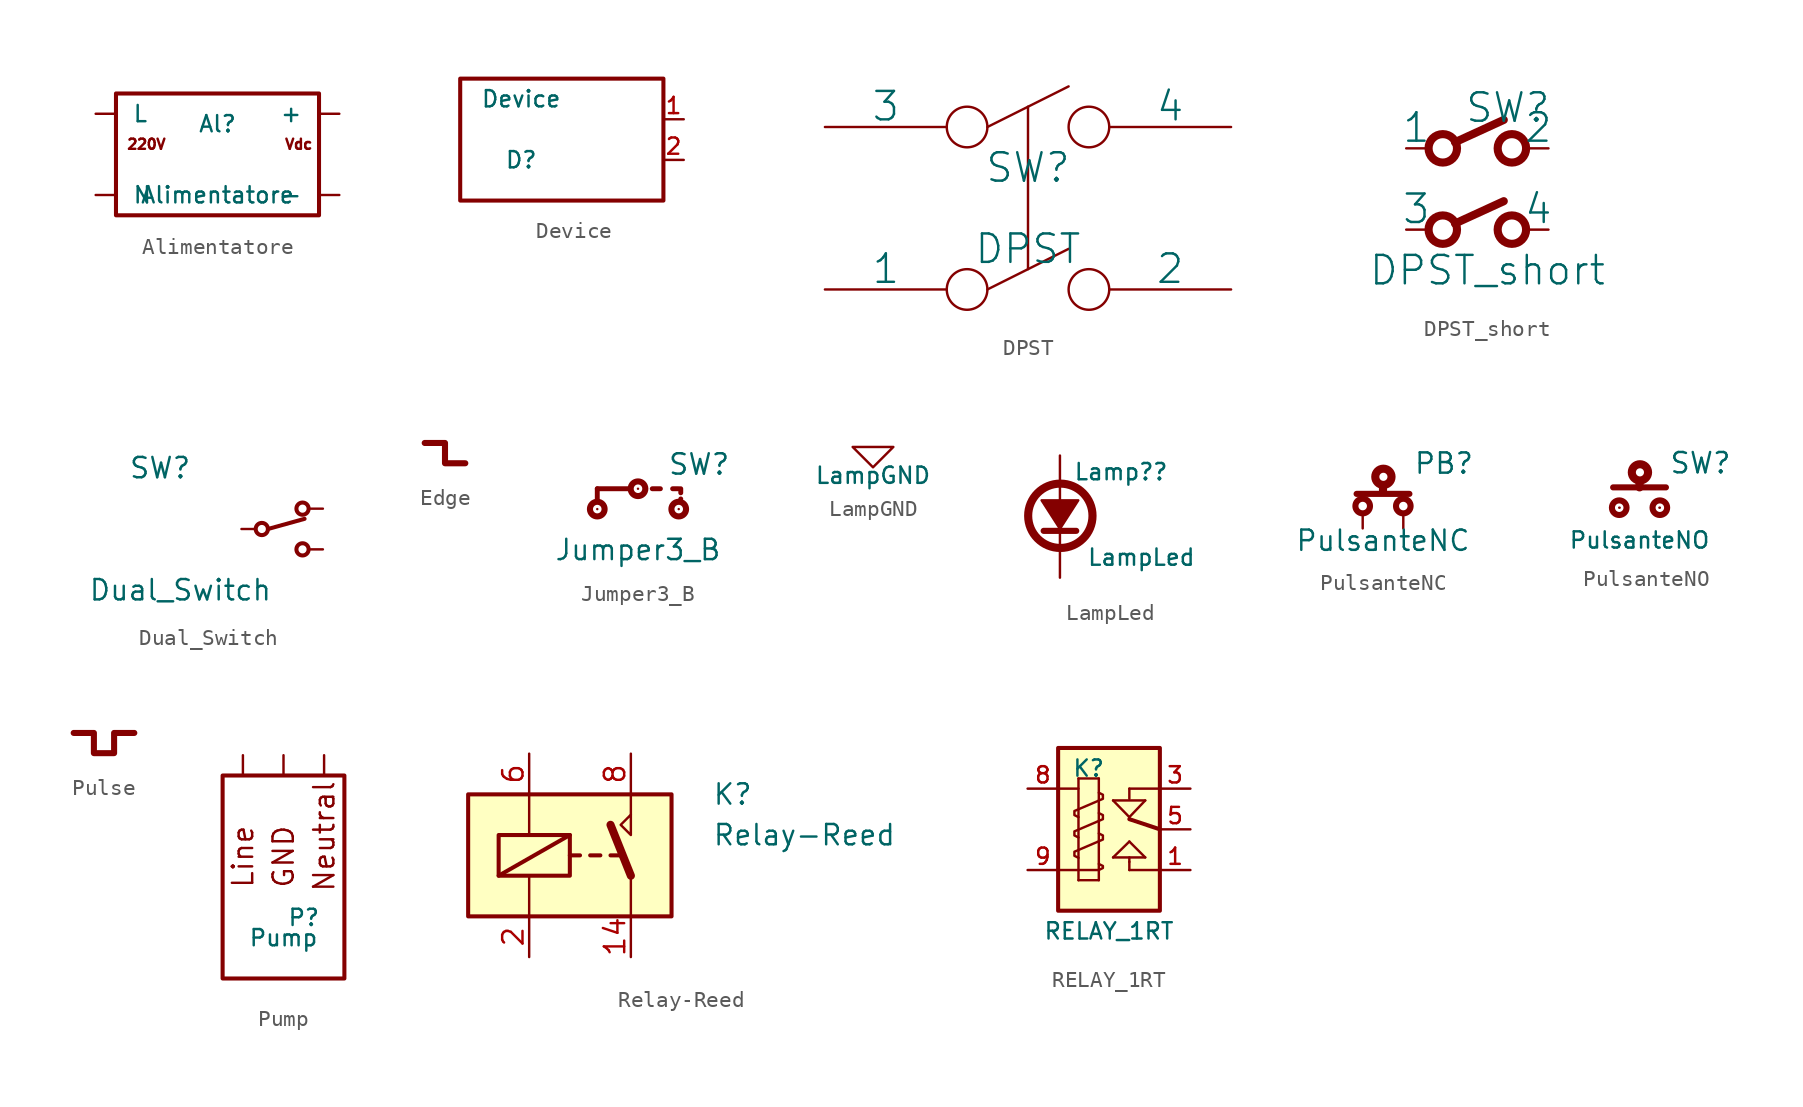
<source format=kicad_sym>
(kicad_symbol_lib
  (version 20211014)
  (generator kicad_symbol_editor)
  (symbol "Alimentatore"
    (pin_names
      (offset 1.016))
    (property "Reference" "Al"
      (at 0 1.905 0)
      (effects (font (size 1.016 1.016))))
    (property "Value" "Alimentatore"
      (at 0 -2.54 0)
      (effects (font (size 1.016 1.016))))
    (property "Footprint" ""
      (at 1.27 4.445 0)
      (effects (font (size 1.524 1.524))))
    (property "Datasheet" ""
      (at 1.27 4.445 0)
      (effects (font (size 1.524 1.524))))
    (symbol "Alimentatore_0_0"
      (text "Vdc" (at 5.08 0.635 0) (effects (font (size 0.635 0.635)))))
    (symbol "Alimentatore_0_1"
      (rectangle (start -6.35 3.81) (end 6.35 -3.81) (stroke (width 0.254) (type default) (color 0 0 0 0)) (fill (type none)))
      (pin power_out line (at 7.62 2.54 180) (length 1.27) (name "+" (effects (font (size 1.016 1.016)))) (number "~" (effects (font (size 1.016 1.016)))))
      (pin power_out line (at 7.62 -2.54 180) (length 1.27) (name "-" (effects (font (size 1.016 1.016)))) (number "~" (effects (font (size 1.016 1.016)))))
      (pin power_in line (at -7.62 2.54 0) (length 1.27) (name "L" (effects (font (size 1.016 1.016)))) (number "~" (effects (font (size 1.016 1.016)))))
      (pin power_in line (at -7.62 -2.54 0) (length 1.27) (name "N" (effects (font (size 1.016 1.016)))) (number "~" (effects (font (size 1.016 1.016))))))
    (symbol "Alimentatore_1_0"
      (text "220V" (at -4.445 0.635 0) (effects (font (size 0.635 0.635))))))
  (symbol "Device"
    (pin_names
      (offset 1.016) hide)
    (property "Reference" "D"
      (at -3.81 -1.27 0)
      (effects (font (size 1.016 1.016))))
    (property "Value" "Device"
      (at -3.81 2.54 0)
      (effects (font (size 1.016 1.016))))
    (property "Footprint" ""
      (at 0 -0.635 0)
      (effects (font (size 1.524 1.524))))
    (property "Datasheet" ""
      (at 0 -0.635 0)
      (effects (font (size 1.524 1.524))))
    (symbol "Device_0_1"
      (rectangle (start -7.62 3.81) (end 5.08 -3.81) (stroke (width 0.254) (type default) (color 0 0 0 0)) (fill (type none)))
      (pin passive line (at 6.35 1.27 180) (length 1.27) (name "1" (effects (font (size 1.016 1.016)))) (number "1" (effects (font (size 1.016 1.016))))))
    (symbol "Device_1_1"
      (pin passive line (at 6.35 -1.27 180) (length 1.27) (name "2" (effects (font (size 1.016 1.016)))) (number "2" (effects (font (size 1.016 1.016)))))))
  (symbol "DPST"
    (pin_numbers hide)
    (pin_names
      (offset 0))
    (property "Reference" "SW"
      (at 0 2.54 0)
      (effects (font (size 1.778 1.778))))
    (property "Value" "DPST"
      (at 0 -2.54 0)
      (effects (font (size 1.778 1.778))))
    (property "Footprint" ""
      (at 0 0 0)
      (effects (font (size 1.524 1.524))))
    (property "Datasheet" ""
      (at 0 0 0)
      (effects (font (size 1.524 1.524))))
    (symbol "DPST_0_0"
      (circle (center -3.81 -5.08) (radius 1.27) (stroke (width 0) (type default) (color 0 0 0 0)) (fill (type none)))
      (circle (center -3.81 5.08) (radius 1.27) (stroke (width 0) (type default) (color 0 0 0 0)) (fill (type none)))
      (polyline (pts (xy -2.54 -5.08) (xy 2.54 -2.54)) (stroke (width 0) (type default) (color 0 0 0 0)) (fill (type none)))
      (polyline (pts (xy -2.54 5.08) (xy 2.54 7.62)) (stroke (width 0) (type default) (color 0 0 0 0)) (fill (type none)))
      (polyline (pts (xy 0 6.35) (xy 0 -3.81)) (stroke (width 0) (type default) (color 0 0 0 0)) (fill (type none)))
      (circle (center 3.81 -5.08) (radius 1.27) (stroke (width 0) (type default) (color 0 0 0 0)) (fill (type none)))
      (circle (center 3.81 5.08) (radius 1.27) (stroke (width 0) (type default) (color 0 0 0 0)) (fill (type none))))
    (symbol "DPST_1_1"
      (pin input line (at -12.7 -5.08 0) (length 7.62) (name "1" (effects (font (size 1.778 1.778)))) (number "1" (effects (font (size 1.778 1.778)))))
      (pin input line (at 12.7 -5.08 180) (length 7.62) (name "2" (effects (font (size 1.778 1.778)))) (number "2" (effects (font (size 1.778 1.778)))))
      (pin input line (at -12.7 5.08 0) (length 7.62) (name "3" (effects (font (size 1.778 1.778)))) (number "3" (effects (font (size 1.778 1.778)))))
      (pin input line (at 12.7 5.08 180) (length 7.62) (name "4" (effects (font (size 1.778 1.778)))) (number "4" (effects (font (size 1.778 1.778)))))))
  (symbol "DPST_short"
    (pin_numbers hide)
    (pin_names
      (offset 0))
    (property "Reference" "SW"
      (at 0 5.08 0)
      (effects (font (size 1.778 1.778))))
    (property "Value" "DPST_short"
      (at -1.27 -5.08 0)
      (effects (font (size 1.778 1.778))))
    (property "Footprint" ""
      (at 0 2.54 0)
      (effects (font (size 1.524 1.524))))
    (property "Datasheet" ""
      (at 0 2.54 0)
      (effects (font (size 1.524 1.524))))
    (symbol "DPST_short_0_0"
      (circle (center -4.064 -2.54) (radius 0.889) (stroke (width 0.508) (type default) (color 0 0 0 0)) (fill (type none)))
      (circle (center -4.064 2.54) (radius 0.889) (stroke (width 0.508) (type default) (color 0 0 0 0)) (fill (type none)))
      (polyline (pts (xy -3.302 -2.159) (xy -0.254 -0.762)) (stroke (width 0.508) (type default) (color 0 0 0 0)) (fill (type none)))
      (polyline (pts (xy -3.302 2.921) (xy -0.254 4.318)) (stroke (width 0.508) (type default) (color 0 0 0 0)) (fill (type none)))
      (circle (center 0.254 -2.54) (radius 0.889) (stroke (width 0.508) (type default) (color 0 0 0 0)) (fill (type none)))
      (circle (center 0.254 2.54) (radius 0.889) (stroke (width 0.508) (type default) (color 0 0 0 0)) (fill (type none))))
    (symbol "DPST_short_1_1"
      (pin input line (at -6.35 2.54 0) (length 1.27) (name "1" (effects (font (size 1.778 1.778)))) (number "1" (effects (font (size 1.778 1.778)))))
      (pin input line (at 2.54 2.54 180) (length 1.27) (name "2" (effects (font (size 1.778 1.778)))) (number "2" (effects (font (size 1.778 1.778)))))
      (pin input line (at -6.35 -2.54 0) (length 1.27) (name "3" (effects (font (size 1.778 1.778)))) (number "3" (effects (font (size 1.778 1.778)))))
      (pin input line (at 2.54 -2.54 180) (length 1.27) (name "4" (effects (font (size 1.778 1.778)))) (number "4" (effects (font (size 1.778 1.778)))))))
  (symbol "Dual_Switch"
    (pin_numbers hide)
    (pin_names
      (offset 0) hide)
    (property "Reference" "SW"
      (at -5.08 3.81 0)
      (effects (font (size 1.27 1.27))))
    (property "Value" "Dual_Switch"
      (at -3.81 -3.81 0)
      (effects (font (size 1.27 1.27))))
    (property "Footprint" ""
      (at 1.27 0 0)
      (effects (font (size 1.524 1.524))))
    (property "Datasheet" ""
      (at 1.27 0 0)
      (effects (font (size 1.524 1.524))))
    (symbol "Dual_Switch_0_1"
      (polyline (pts (xy 1.651 0) (xy 3.937 0.635)) (stroke (width 0.254) (type default) (color 0 0 0 0)) (fill (type none)))
      (circle (center 1.27 0) (radius 0.381) (stroke (width 0.254) (type default) (color 0 0 0 0)) (fill (type none)))
      (circle (center 3.81 -1.27) (radius 0.381) (stroke (width 0.254) (type default) (color 0 0 0 0)) (fill (type none)))
      (circle (center 3.81 1.27) (radius 0.381) (stroke (width 0.254) (type default) (color 0 0 0 0)) (fill (type none))))
    (symbol "Dual_Switch_1_1"
      (pin passive line (at 5.08 1.27 180) (length 0.762) (name "A" (effects (font (size 1.016 1.016)))) (number "1" (effects (font (size 1.016 1.016)))))
      (pin passive line (at 0 0 0) (length 0.762) (name "C" (effects (font (size 1.016 1.016)))) (number "2" (effects (font (size 1.016 1.016)))))
      (pin passive line (at 5.08 -1.27 180) (length 0.762) (name "B" (effects (font (size 1.016 1.016)))) (number "3" (effects (font (size 1.016 1.016)))))))
  (symbol "Edge"
    (pin_numbers hide)
    (pin_names
      (offset 0))
    (property "Reference" "SW"
      (at -3.81 2.54 0)
      (effects (font (size 1.778 1.778)) hide))
    (property "Footprint" ""
      (at 0 0 0)
      (effects (font (size 1.524 1.524))))
    (property "Datasheet" ""
      (at 0 0 0)
      (effects (font (size 1.524 1.524))))
    (symbol "Edge_0_1"
      (polyline (pts (xy -1.27 1.905) (xy 0 1.905) (xy 0 0.635) (xy 1.27 0.635)) (stroke (width 0.381) (type default) (color 0 0 0 0)) (fill (type none)))))
  (symbol "Jumper3_B"
    (pin_numbers hide)
    (pin_names
      (offset 1.016) hide)
    (property "Reference" "SW"
      (at 3.81 2.794 0)
      (effects (font (size 1.27 1.27))))
    (property "Value" "Jumper3_B"
      (at 0 -2.54 0)
      (effects (font (size 1.27 1.27))))
    (property "Footprint" ""
      (at -1.27 3.048 0)
      (effects (font (size 1.524 1.524))))
    (property "Datasheet" ""
      (at -1.27 3.048 0)
      (effects (font (size 1.524 1.524))))
    (symbol "Jumper3_B_0_1"
      (circle (center -2.54 0) (radius 0.457) (stroke (width 0.381) (type default) (color 0 0 0 0)) (fill (type none)))
      (polyline (pts (xy -2.54 1.27) (xy -2.54 0.508)) (stroke (width 0.305) (type default) (color 0 0 0 0)) (fill (type none)))
      (polyline (pts (xy -2.54 1.27) (xy -0.508 1.27)) (stroke (width 0.305) (type default) (color 0 0 0 0)) (fill (type none)))
      (polyline (pts (xy 0.889 1.27) (xy 1.397 1.27)) (stroke (width 0.305) (type default) (color 0 0 0 0)) (fill (type none)))
      (polyline (pts (xy 2.159 1.27) (xy 2.54 1.27)) (stroke (width 0.305) (type default) (color 0 0 0 0)) (fill (type none)))
      (polyline (pts (xy 2.667 0.635) (xy 2.667 0.635)) (stroke (width 0.305) (type default) (color 0 0 0 0)) (fill (type none)))
      (polyline (pts (xy 2.667 1.27) (xy 2.667 1.016)) (stroke (width 0.305) (type default) (color 0 0 0 0)) (fill (type none)))
      (circle (center 0 1.27) (radius 0.457) (stroke (width 0.381) (type default) (color 0 0 0 0)) (fill (type none)))
      (circle (center 2.54 0) (radius 0.457) (stroke (width 0.381) (type default) (color 0 0 0 0)) (fill (type none)))
      (pin passive line (at -2.54 0 90) (length 0) (name "1" (effects (font (size 1.524 1.524)))) (number "1" (effects (font (size 1.524 1.524)))))
      (pin passive line (at 0 1.27 90) (length 0) (name "2" (effects (font (size 1.524 1.524)))) (number "2" (effects (font (size 1.524 1.524)))))
      (pin passive line (at 2.54 0 90) (length 0) (name "3" (effects (font (size 1.524 1.524)))) (number "3" (effects (font (size 1.524 1.524)))))))
  (symbol "LampGND"
    (power)
    (pin_names
      (offset 0))
    (property "Reference" "#PWR"
      (at 0 0 0)
      (effects (font (size 1.016 1.016)) hide))
    (property "Value" "LampGND"
      (at 0 -1.778 0)
      (effects (font (size 1.016 1.016))))
    (property "Footprint" ""
      (at 0 0 0)
      (effects (font (size 1.524 1.524))))
    (property "Datasheet" ""
      (at 0 0 0)
      (effects (font (size 1.524 1.524))))
    (symbol "LampGND_0_1"
      (polyline (pts (xy -1.27 0) (xy 0 -1.27) (xy 1.27 0) (xy -1.27 0)) (stroke (width 0) (type default) (color 0 0 0 0)) (fill (type none))))
    (symbol "LampGND_1_1"
      (pin power_in line (at 0 0 90) (length 0) hide (name "GNDA" (effects (font (size 1.016 1.016)))) (number "1" (effects (font (size 1.016 1.016)))))))
  (symbol "LampLed"
    (pin_names
      (offset 1.016) hide)
    (property "Reference" "Lamp?"
      (at 3.81 2.794 0)
      (effects (font (size 1.016 1.016))))
    (property "Value" "LampLed"
      (at 5.08 -2.54 0)
      (effects (font (size 1.016 1.016))))
    (property "Footprint" ""
      (at 0 -0.635 0)
      (effects (font (size 1.524 1.524))))
    (property "Datasheet" ""
      (at 0 -0.635 0)
      (effects (font (size 1.524 1.524))))
    (symbol "LampLed_0_1"
      (polyline (pts (xy -1.016 -0.889) (xy 1.016 -0.889)) (stroke (width 0.381) (type default) (color 0 0 0 0)) (fill (type none)))
      (polyline (pts (xy 0 -0.889) (xy 0 -1.905)) (stroke (width 0) (type default) (color 0 0 0 0)) (fill (type none)))
      (polyline (pts (xy 0 1.905) (xy 0 1.016)) (stroke (width 0) (type default) (color 0 0 0 0)) (fill (type none)))
      (polyline (pts (xy -1.143 1.016) (xy 1.143 1.016) (xy 0 -0.762) (xy -1.143 1.016)) (stroke (width 0) (type default) (color 0 0 0 0)) (fill (type outline)))
      (circle (center 0.025 0.051) (radius 2.007) (stroke (width 0.508) (type default) (color 0 0 0 0)) (fill (type none))))
    (symbol "LampLed_1_1"
      (pin passive line (at 0 3.81 270) (length 1.651) (name "1" (effects (font (size 1.016 1.016)))) (number "~" (effects (font (size 1.016 1.016)))))
      (pin passive line (at 0 -3.81 90) (length 1.651) (name "2" (effects (font (size 1.016 1.016)))) (number "~" (effects (font (size 1.016 1.016)))))))
  (symbol "PulsanteNC"
    (pin_numbers hide)
    (pin_names
      (offset 1.016) hide)
    (property "Reference" "PB"
      (at 3.81 2.794 0)
      (effects (font (size 1.27 1.27))))
    (property "Value" "PulsanteNC"
      (at 0 -2.032 0)
      (effects (font (size 1.27 1.27))))
    (property "Footprint" ""
      (at 0 0 0)
      (effects (font (size 1.524 1.524))))
    (property "Datasheet" ""
      (at 0 0 0)
      (effects (font (size 1.524 1.524))))
    (symbol "PulsanteNC_0_1"
      (circle (center -1.27 0.127) (radius 0.457) (stroke (width 0.381) (type default) (color 0 0 0 0)) (fill (type none)))
      (polyline (pts (xy -1.651 0.889) (xy 1.651 0.889)) (stroke (width 0.381) (type default) (color 0 0 0 0)) (fill (type none)))
      (polyline (pts (xy 0 1.397) (xy 0 1.016)) (stroke (width 0.508) (type default) (color 0 0 0 0)) (fill (type none)))
      (circle (center 0.025 1.956) (radius 0.508) (stroke (width 0.508) (type default) (color 0 0 0 0)) (fill (type none)))
      (circle (center 1.27 0.127) (radius 0.457) (stroke (width 0.381) (type default) (color 0 0 0 0)) (fill (type none)))
      (pin passive line (at -1.27 -1.27 90) (length 0.762) (name "1" (effects (font (size 1.524 1.524)))) (number "1" (effects (font (size 1.524 1.524)))))
      (pin passive line (at 1.27 -1.27 90) (length 0.762) (name "2" (effects (font (size 1.524 1.524)))) (number "2" (effects (font (size 1.524 1.524)))))))
  (symbol "PulsanteNO"
    (pin_numbers hide)
    (pin_names
      (offset 1.016) hide)
    (property "Reference" "SW"
      (at 3.81 2.794 0)
      (effects (font (size 1.27 1.27))))
    (property "Value" "PulsanteNO"
      (at 0 -2.032 0)
      (effects (font (size 1.016 1.016))))
    (property "Footprint" ""
      (at 0 -0.127 0)
      (effects (font (size 1.524 1.524))))
    (property "Datasheet" ""
      (at 0 -0.127 0)
      (effects (font (size 1.524 1.524))))
    (symbol "PulsanteNO_0_1"
      (circle (center -1.27 0) (radius 0.457) (stroke (width 0.381) (type default) (color 0 0 0 0)) (fill (type none)))
      (polyline (pts (xy -1.651 1.27) (xy 1.651 1.27)) (stroke (width 0.381) (type default) (color 0 0 0 0)) (fill (type none)))
      (polyline (pts (xy 0 1.651) (xy 0 1.27)) (stroke (width 0.508) (type default) (color 0 0 0 0)) (fill (type none)))
      (circle (center 0.025 2.21) (radius 0.508) (stroke (width 0.508) (type default) (color 0 0 0 0)) (fill (type none)))
      (circle (center 1.27 0) (radius 0.457) (stroke (width 0.381) (type default) (color 0 0 0 0)) (fill (type none)))
      (pin passive line (at -1.27 0 0) (length 0.025) (name "1" (effects (font (size 1.524 1.524)))) (number "1" (effects (font (size 1.524 1.524)))))
      (pin passive line (at 1.27 0 180) (length 0.025) (name "2" (effects (font (size 1.524 1.524)))) (number "2" (effects (font (size 1.524 1.524)))))))
  (symbol "Pulse"
    (pin_numbers hide)
    (pin_names
      (offset 0))
    (property "Reference" "SW"
      (at -3.81 2.54 0)
      (effects (font (size 1.778 1.778)) hide))
    (property "Footprint" ""
      (at 0 0 0)
      (effects (font (size 1.524 1.524))))
    (property "Datasheet" ""
      (at 0 0 0)
      (effects (font (size 1.524 1.524))))
    (symbol "Pulse_0_1"
      (polyline (pts (xy -1.905 1.905) (xy -0.635 1.905) (xy -0.635 0.635) (xy 0.635 0.635) (xy 0.635 1.905) (xy 1.905 1.905)) (stroke (width 0.381) (type default) (color 0 0 0 0)) (fill (type none)))))
  (symbol "Pump"
    (pin_names
      (offset 1.016) hide)
    (property "Reference" "P"
      (at 1.27 -2.54 0)
      (effects (font (size 1.016 1.016))))
    (property "Value" "Pump"
      (at 0 -3.81 0)
      (effects (font (size 1.016 1.016))))
    (property "Footprint" ""
      (at 0.635 1.27 90)
      (effects (font (size 1.524 1.524))))
    (property "Datasheet" ""
      (at 0.635 1.27 90)
      (effects (font (size 1.524 1.524))))
    (symbol "Pump_0_0"
      (text "GND" (at 0 1.27 900) (effects (font (size 1.27 1.27))))
      (text "Line" (at -2.54 1.27 900) (effects (font (size 1.27 1.27))))
      (text "Neutral" (at 2.54 2.54 900) (effects (font (size 1.27 1.27)))))
    (symbol "Pump_0_1"
      (rectangle (start -3.81 -6.35) (end 3.81 6.35) (stroke (width 0.254) (type default) (color 0 0 0 0)) (fill (type none)))
      (pin input line (at -2.54 7.62 270) (length 1.27) (name "1" (effects (font (size 1.016 1.016)))) (number "~" (effects (font (size 1.016 1.016))))))
    (symbol "Pump_1_1"
      (pin input line (at 2.54 7.62 270) (length 1.27) (name "2" (effects (font (size 1.016 1.016)))) (number "~" (effects (font (size 1.016 1.016)))))
      (pin input line (at 0 7.62 270) (length 1.27) (name "GND" (effects (font (size 1.27 1.27)))) (number "~" (effects (font (size 1.27 1.27)))))))
  (symbol "Relay-Reed"
    (pin_names
      (offset 1.016))
    (property "Reference" "K"
      (at 8.89 3.81 0)
      (effects (font (size 1.27 1.27)) (justify left)))
    (property "Value" "Relay-Reed"
      (at 8.89 1.27 0)
      (effects (font (size 1.27 1.27)) (justify left)))
    (symbol "Relay-Reed_0_0"
      (polyline (pts (xy 3.81 2.54) (xy 3.81 1.27) (xy 3.175 1.905) (xy 3.81 2.54)) (stroke (width 0) (type default) (color 0 0 0 0)) (fill (type none))))
    (symbol "Relay-Reed_0_1"
      (rectangle (start -6.35 3.81) (end 6.35 -3.81) (stroke (width 0.254) (type default) (color 0 0 0 0)) (fill (type background)))
      (rectangle (start -4.445 1.27) (end 0 -1.27) (stroke (width 0.254) (type default) (color 0 0 0 0)) (fill (type none)))
      (polyline (pts (xy -4.445 -1.27) (xy 0 1.27)) (stroke (width 0.254) (type default) (color 0 0 0 0)) (fill (type none)))
      (polyline (pts (xy -2.54 -3.81) (xy -2.54 -1.27)) (stroke (width 0) (type default) (color 0 0 0 0)) (fill (type none)))
      (polyline (pts (xy -2.54 3.81) (xy -2.54 1.27)) (stroke (width 0) (type default) (color 0 0 0 0)) (fill (type none)))
      (polyline (pts (xy 0 0) (xy 0.635 0)) (stroke (width 0.254) (type default) (color 0 0 0 0)) (fill (type none)))
      (polyline (pts (xy 1.27 0) (xy 1.905 0)) (stroke (width 0.254) (type default) (color 0 0 0 0)) (fill (type none)))
      (polyline (pts (xy 2.54 0) (xy 3.175 0)) (stroke (width 0.254) (type default) (color 0 0 0 0)) (fill (type none)))
      (polyline (pts (xy 3.81 -1.27) (xy 2.54 1.905)) (stroke (width 0.508) (type default) (color 0 0 0 0)) (fill (type none)))
      (polyline (pts (xy 3.81 -1.27) (xy 3.81 -3.81)) (stroke (width 0) (type default) (color 0 0 0 0)) (fill (type none)))
      (polyline (pts (xy 3.81 3.81) (xy 3.81 2.54)) (stroke (width 0) (type default) (color 0 0 0 0)) (fill (type none))))
    (symbol "Relay-Reed_1_1"
      (pin passive line (at 3.81 -6.35 90) (length 2.54) (name "~" (effects (font (size 1.27 1.27)))) (number "14" (effects (font (size 1.27 1.27)))))
      (pin passive line (at -2.54 -6.35 90) (length 2.54) (name "~" (effects (font (size 1.27 1.27)))) (number "2" (effects (font (size 1.27 1.27)))))
      (pin passive line (at -2.54 6.35 270) (length 2.54) (name "~" (effects (font (size 1.27 1.27)))) (number "6" (effects (font (size 1.27 1.27)))))
      (pin passive line (at 3.81 6.35 270) (length 2.54) (name "~" (effects (font (size 1.27 1.27)))) (number "8" (effects (font (size 1.27 1.27)))))))
  (symbol "RELAY_1RT"
    (pin_names
      (offset 1.016) hide)
    (property "Reference" "K"
      (at -1.27 5.08 0)
      (effects (font (size 1.016 1.016))))
    (property "Value" "RELAY_1RT"
      (at 0 -5.08 0)
      (effects (font (size 1.016 1.016))))
    (property "Footprint" ""
      (at 0 1.143 0)
      (effects (font (size 1.524 1.524))))
    (property "Datasheet" ""
      (at 0 1.143 0)
      (effects (font (size 1.524 1.524))))
    (symbol "RELAY_1RT_0_1"
      (rectangle (start -3.175 6.35) (end 3.175 -3.81) (stroke (width 0.254) (type default) (color 0 0 0 0)) (fill (type background)))
      (polyline (pts (xy -3.175 -1.27) (xy -1.905 -1.27)) (stroke (width 0) (type default) (color 0 0 0 0)) (fill (type none)))
      (polyline (pts (xy -3.175 3.81) (xy -1.905 3.81)) (stroke (width 0) (type default) (color 0 0 0 0)) (fill (type none)))
      (polyline (pts (xy -1.905 4.445) (xy -1.905 -1.905)) (stroke (width 0) (type default) (color 0 0 0 0)) (fill (type none)))
      (polyline (pts (xy -1.905 4.445) (xy -0.635 4.445)) (stroke (width 0) (type default) (color 0 0 0 0)) (fill (type none)))
      (polyline (pts (xy -0.635 -1.905) (xy -1.905 -1.905)) (stroke (width 0) (type default) (color 0 0 0 0)) (fill (type none)))
      (polyline (pts (xy -0.635 4.445) (xy -0.635 -1.905)) (stroke (width 0) (type default) (color 0 0 0 0)) (fill (type none)))
      (polyline (pts (xy 0.254 -0.483) (xy 2.261 -0.483)) (stroke (width 0) (type default) (color 0 0 0 0)) (fill (type none)))
      (polyline (pts (xy 0.254 3.073) (xy 2.261 3.073)) (stroke (width 0) (type default) (color 0 0 0 0)) (fill (type none)))
      (polyline (pts (xy 1.27 -1.27) (xy 1.27 -0.762)) (stroke (width 0) (type default) (color 0 0 0 0)) (fill (type none)))
      (polyline (pts (xy 1.27 -0.762) (xy 1.27 -0.483)) (stroke (width 0) (type default) (color 0 0 0 0)) (fill (type none)))
      (polyline (pts (xy 1.27 0.508) (xy 0.254 -0.483)) (stroke (width 0) (type default) (color 0 0 0 0)) (fill (type none)))
      (polyline (pts (xy 1.27 1.905) (xy 3.175 1.27)) (stroke (width 0.254) (type default) (color 0 0 0 0)) (fill (type none)))
      (polyline (pts (xy 1.27 2.032) (xy 0.254 3.073)) (stroke (width 0) (type default) (color 0 0 0 0)) (fill (type none)))
      (polyline (pts (xy 1.27 3.81) (xy 1.27 3.175)) (stroke (width 0) (type default) (color 0 0 0 0)) (fill (type none)))
      (polyline (pts (xy 1.27 3.81) (xy 3.175 3.81)) (stroke (width 0) (type default) (color 0 0 0 0)) (fill (type none)))
      (polyline (pts (xy 2.261 -0.483) (xy 1.27 0.508)) (stroke (width 0) (type default) (color 0 0 0 0)) (fill (type none)))
      (polyline (pts (xy 2.261 3.073) (xy 1.27 2.032)) (stroke (width 0) (type default) (color 0 0 0 0)) (fill (type none)))
      (polyline (pts (xy 3.175 -1.27) (xy 1.27 -1.27)) (stroke (width 0) (type default) (color 0 0 0 0)) (fill (type none)))
      (polyline (pts (xy -1.905 -1.27) (xy -0.635 -1.27) (xy -0.381 -1.143) (xy -0.381 -1.016) (xy -0.635 -0.889)) (stroke (width 0) (type default) (color 0 0 0 0)) (fill (type none)))
      (polyline (pts (xy -1.905 -0.508) (xy -2.159 -0.381) (xy -2.159 -0.127) (xy -0.381 0.635) (xy -0.381 0.889) (xy -0.635 1.016)) (stroke (width 0) (type default) (color 0 0 0 0)) (fill (type none)))
      (polyline (pts (xy -1.905 0.762) (xy -2.159 0.889) (xy -2.159 1.143) (xy -0.381 1.905) (xy -0.381 2.159) (xy -0.635 2.286)) (stroke (width 0) (type default) (color 0 0 0 0)) (fill (type none)))
      (polyline (pts (xy -1.905 2.032) (xy -2.159 2.159) (xy -2.159 2.413) (xy -0.381 3.175) (xy -0.381 3.429) (xy -0.635 3.556)) (stroke (width 0) (type default) (color 0 0 0 0)) (fill (type none))))
    (symbol "RELAY_1RT_1_1"
      (pin passive line (at 5.08 -1.27 180) (length 1.905) (name "T1" (effects (font (size 1.016 1.016)))) (number "1" (effects (font (size 1.016 1.016)))))
      (pin passive line (at 5.08 3.81 180) (length 1.905) (name "R1" (effects (font (size 1.016 1.016)))) (number "3" (effects (font (size 1.016 1.016)))))
      (pin passive line (at 5.08 1.27 180) (length 1.905) (name "C1" (effects (font (size 1.016 1.016)))) (number "5" (effects (font (size 1.016 1.016)))))
      (pin input line (at -5.08 3.81 0) (length 1.905) (name "8" (effects (font (size 1.016 1.016)))) (number "8" (effects (font (size 1.016 1.016)))))
      (pin input line (at -5.08 -1.27 0) (length 1.905) (name "9" (effects (font (size 1.016 1.016)))) (number "9" (effects (font (size 1.016 1.016))))))))
</source>
